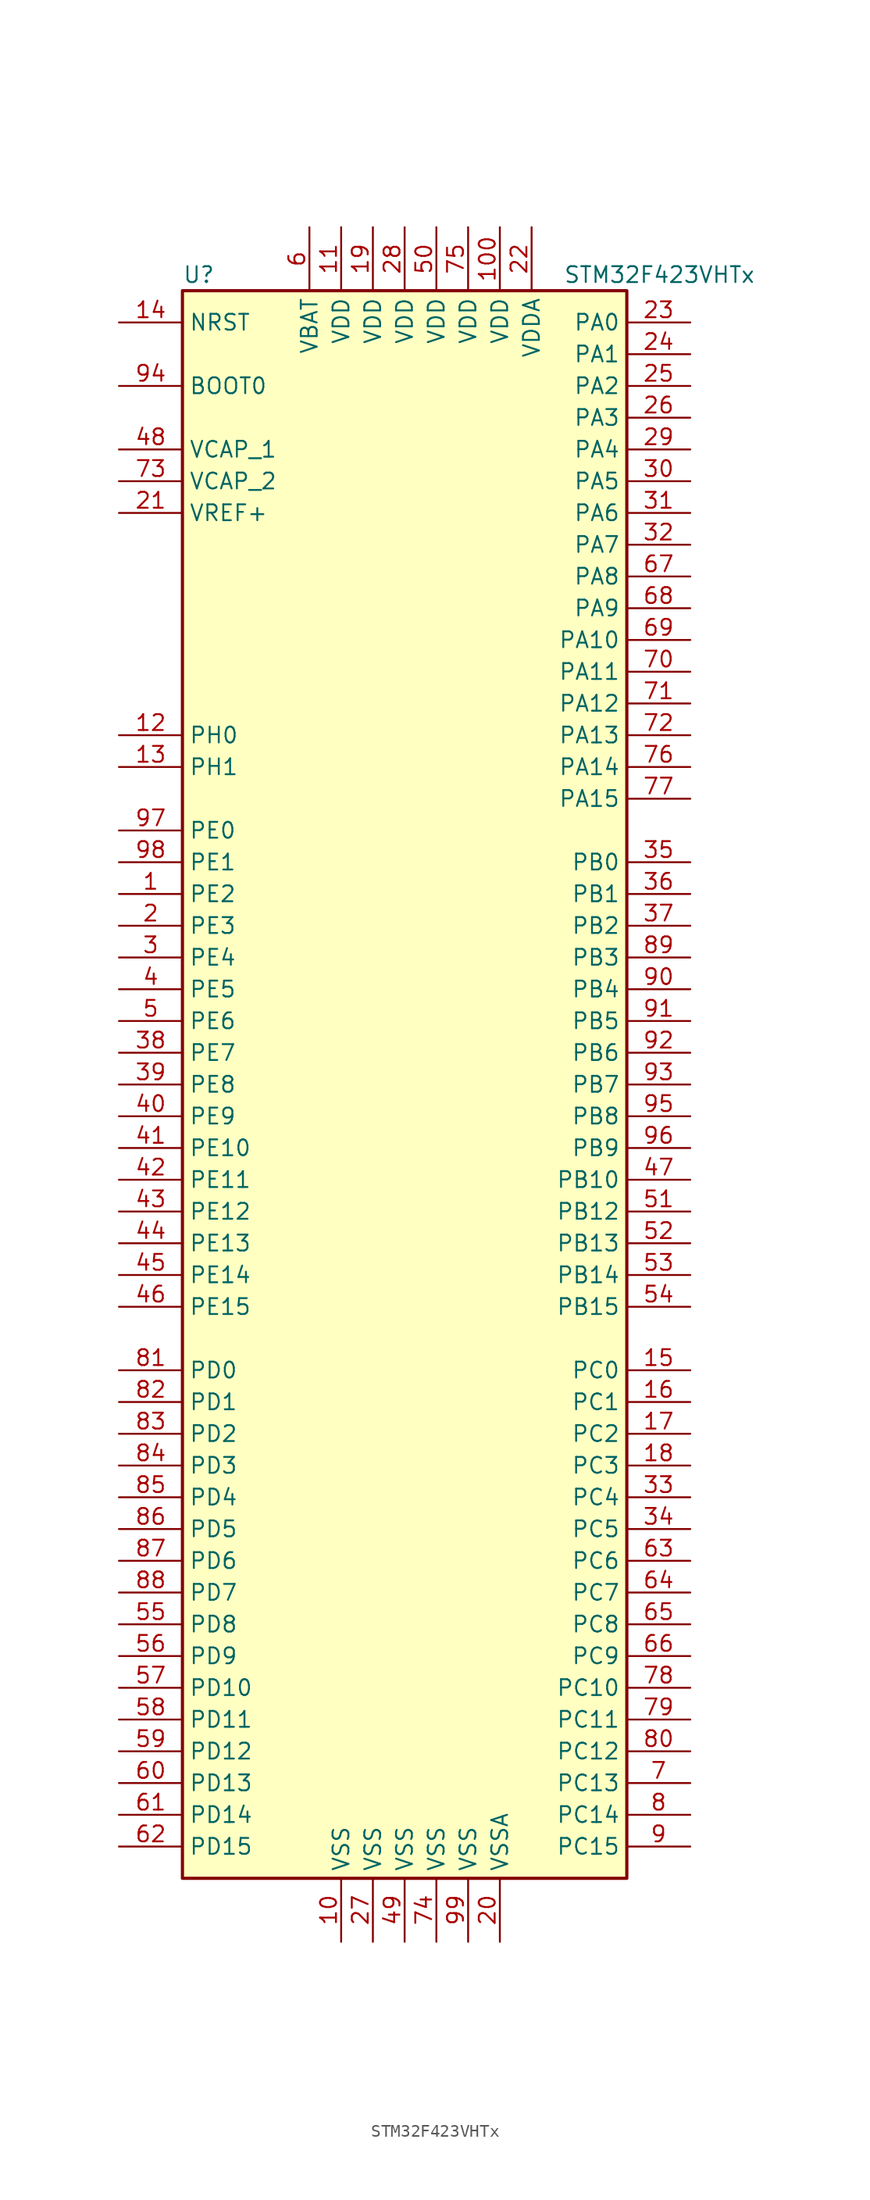
<source format=kicad_sym>
(kicad_symbol_lib
  (version 20211014)
  (generator kicad_symbol_editor)
  (symbol "STM32F423VHTx"
    (property "Reference" "U"
      (at -17.78 64.77 0)
      (effects (font (size 1.27 1.27)) (justify left)))
    (property "Value" "STM32F423VHTx"
      (at 12.7 64.77 0)
      (effects (font (size 1.27 1.27)) (justify left)))
    (symbol "STM32F423VHTx_0_1"
      (rectangle (start -17.78 -63.5) (end 17.78 63.5) (stroke (width 0.254) (type default) (color 0 0 0 0)) (fill (type background))))
    (symbol "STM32F423VHTx_1_1"
      (pin bidirectional line (at -22.86 15.24 0) (length 5.08) (name "PE2" (effects (font (size 1.27 1.27)))) (number "1" (effects (font (size 1.27 1.27)))))
      (pin power_in line (at -5.08 -68.58 90) (length 5.08) (name "VSS" (effects (font (size 1.27 1.27)))) (number "10" (effects (font (size 1.27 1.27)))))
      (pin power_in line (at 7.62 68.58 270) (length 5.08) (name "VDD" (effects (font (size 1.27 1.27)))) (number "100" (effects (font (size 1.27 1.27)))))
      (pin power_in line (at -5.08 68.58 270) (length 5.08) (name "VDD" (effects (font (size 1.27 1.27)))) (number "11" (effects (font (size 1.27 1.27)))))
      (pin input line (at -22.86 27.94 0) (length 5.08) (name "PH0" (effects (font (size 1.27 1.27)))) (number "12" (effects (font (size 1.27 1.27)))))
      (pin input line (at -22.86 25.4 0) (length 5.08) (name "PH1" (effects (font (size 1.27 1.27)))) (number "13" (effects (font (size 1.27 1.27)))))
      (pin input line (at -22.86 60.96 0) (length 5.08) (name "NRST" (effects (font (size 1.27 1.27)))) (number "14" (effects (font (size 1.27 1.27)))))
      (pin bidirectional line (at 22.86 -22.86 180) (length 5.08) (name "PC0" (effects (font (size 1.27 1.27)))) (number "15" (effects (font (size 1.27 1.27)))))
      (pin bidirectional line (at 22.86 -25.4 180) (length 5.08) (name "PC1" (effects (font (size 1.27 1.27)))) (number "16" (effects (font (size 1.27 1.27)))))
      (pin bidirectional line (at 22.86 -27.94 180) (length 5.08) (name "PC2" (effects (font (size 1.27 1.27)))) (number "17" (effects (font (size 1.27 1.27)))))
      (pin bidirectional line (at 22.86 -30.48 180) (length 5.08) (name "PC3" (effects (font (size 1.27 1.27)))) (number "18" (effects (font (size 1.27 1.27)))))
      (pin power_in line (at -2.54 68.58 270) (length 5.08) (name "VDD" (effects (font (size 1.27 1.27)))) (number "19" (effects (font (size 1.27 1.27)))))
      (pin bidirectional line (at -22.86 12.7 0) (length 5.08) (name "PE3" (effects (font (size 1.27 1.27)))) (number "2" (effects (font (size 1.27 1.27)))))
      (pin power_in line (at 7.62 -68.58 90) (length 5.08) (name "VSSA" (effects (font (size 1.27 1.27)))) (number "20" (effects (font (size 1.27 1.27)))))
      (pin power_in line (at -22.86 45.72 0) (length 5.08) (name "VREF+" (effects (font (size 1.27 1.27)))) (number "21" (effects (font (size 1.27 1.27)))))
      (pin power_in line (at 10.16 68.58 270) (length 5.08) (name "VDDA" (effects (font (size 1.27 1.27)))) (number "22" (effects (font (size 1.27 1.27)))))
      (pin bidirectional line (at 22.86 60.96 180) (length 5.08) (name "PA0" (effects (font (size 1.27 1.27)))) (number "23" (effects (font (size 1.27 1.27)))))
      (pin bidirectional line (at 22.86 58.42 180) (length 5.08) (name "PA1" (effects (font (size 1.27 1.27)))) (number "24" (effects (font (size 1.27 1.27)))))
      (pin bidirectional line (at 22.86 55.88 180) (length 5.08) (name "PA2" (effects (font (size 1.27 1.27)))) (number "25" (effects (font (size 1.27 1.27)))))
      (pin bidirectional line (at 22.86 53.34 180) (length 5.08) (name "PA3" (effects (font (size 1.27 1.27)))) (number "26" (effects (font (size 1.27 1.27)))))
      (pin power_in line (at -2.54 -68.58 90) (length 5.08) (name "VSS" (effects (font (size 1.27 1.27)))) (number "27" (effects (font (size 1.27 1.27)))))
      (pin power_in line (at 0 68.58 270) (length 5.08) (name "VDD" (effects (font (size 1.27 1.27)))) (number "28" (effects (font (size 1.27 1.27)))))
      (pin bidirectional line (at 22.86 50.8 180) (length 5.08) (name "PA4" (effects (font (size 1.27 1.27)))) (number "29" (effects (font (size 1.27 1.27)))))
      (pin bidirectional line (at -22.86 10.16 0) (length 5.08) (name "PE4" (effects (font (size 1.27 1.27)))) (number "3" (effects (font (size 1.27 1.27)))))
      (pin bidirectional line (at 22.86 48.26 180) (length 5.08) (name "PA5" (effects (font (size 1.27 1.27)))) (number "30" (effects (font (size 1.27 1.27)))))
      (pin bidirectional line (at 22.86 45.72 180) (length 5.08) (name "PA6" (effects (font (size 1.27 1.27)))) (number "31" (effects (font (size 1.27 1.27)))))
      (pin bidirectional line (at 22.86 43.18 180) (length 5.08) (name "PA7" (effects (font (size 1.27 1.27)))) (number "32" (effects (font (size 1.27 1.27)))))
      (pin bidirectional line (at 22.86 -33.02 180) (length 5.08) (name "PC4" (effects (font (size 1.27 1.27)))) (number "33" (effects (font (size 1.27 1.27)))))
      (pin bidirectional line (at 22.86 -35.56 180) (length 5.08) (name "PC5" (effects (font (size 1.27 1.27)))) (number "34" (effects (font (size 1.27 1.27)))))
      (pin bidirectional line (at 22.86 17.78 180) (length 5.08) (name "PB0" (effects (font (size 1.27 1.27)))) (number "35" (effects (font (size 1.27 1.27)))))
      (pin bidirectional line (at 22.86 15.24 180) (length 5.08) (name "PB1" (effects (font (size 1.27 1.27)))) (number "36" (effects (font (size 1.27 1.27)))))
      (pin bidirectional line (at 22.86 12.7 180) (length 5.08) (name "PB2" (effects (font (size 1.27 1.27)))) (number "37" (effects (font (size 1.27 1.27)))))
      (pin bidirectional line (at -22.86 2.54 0) (length 5.08) (name "PE7" (effects (font (size 1.27 1.27)))) (number "38" (effects (font (size 1.27 1.27)))))
      (pin bidirectional line (at -22.86 0 0) (length 5.08) (name "PE8" (effects (font (size 1.27 1.27)))) (number "39" (effects (font (size 1.27 1.27)))))
      (pin bidirectional line (at -22.86 7.62 0) (length 5.08) (name "PE5" (effects (font (size 1.27 1.27)))) (number "4" (effects (font (size 1.27 1.27)))))
      (pin bidirectional line (at -22.86 -2.54 0) (length 5.08) (name "PE9" (effects (font (size 1.27 1.27)))) (number "40" (effects (font (size 1.27 1.27)))))
      (pin bidirectional line (at -22.86 -5.08 0) (length 5.08) (name "PE10" (effects (font (size 1.27 1.27)))) (number "41" (effects (font (size 1.27 1.27)))))
      (pin bidirectional line (at -22.86 -7.62 0) (length 5.08) (name "PE11" (effects (font (size 1.27 1.27)))) (number "42" (effects (font (size 1.27 1.27)))))
      (pin bidirectional line (at -22.86 -10.16 0) (length 5.08) (name "PE12" (effects (font (size 1.27 1.27)))) (number "43" (effects (font (size 1.27 1.27)))))
      (pin bidirectional line (at -22.86 -12.7 0) (length 5.08) (name "PE13" (effects (font (size 1.27 1.27)))) (number "44" (effects (font (size 1.27 1.27)))))
      (pin bidirectional line (at -22.86 -15.24 0) (length 5.08) (name "PE14" (effects (font (size 1.27 1.27)))) (number "45" (effects (font (size 1.27 1.27)))))
      (pin bidirectional line (at -22.86 -17.78 0) (length 5.08) (name "PE15" (effects (font (size 1.27 1.27)))) (number "46" (effects (font (size 1.27 1.27)))))
      (pin bidirectional line (at 22.86 -7.62 180) (length 5.08) (name "PB10" (effects (font (size 1.27 1.27)))) (number "47" (effects (font (size 1.27 1.27)))))
      (pin power_in line (at -22.86 50.8 0) (length 5.08) (name "VCAP_1" (effects (font (size 1.27 1.27)))) (number "48" (effects (font (size 1.27 1.27)))))
      (pin power_in line (at 0 -68.58 90) (length 5.08) (name "VSS" (effects (font (size 1.27 1.27)))) (number "49" (effects (font (size 1.27 1.27)))))
      (pin bidirectional line (at -22.86 5.08 0) (length 5.08) (name "PE6" (effects (font (size 1.27 1.27)))) (number "5" (effects (font (size 1.27 1.27)))))
      (pin power_in line (at 2.54 68.58 270) (length 5.08) (name "VDD" (effects (font (size 1.27 1.27)))) (number "50" (effects (font (size 1.27 1.27)))))
      (pin bidirectional line (at 22.86 -10.16 180) (length 5.08) (name "PB12" (effects (font (size 1.27 1.27)))) (number "51" (effects (font (size 1.27 1.27)))))
      (pin bidirectional line (at 22.86 -12.7 180) (length 5.08) (name "PB13" (effects (font (size 1.27 1.27)))) (number "52" (effects (font (size 1.27 1.27)))))
      (pin bidirectional line (at 22.86 -15.24 180) (length 5.08) (name "PB14" (effects (font (size 1.27 1.27)))) (number "53" (effects (font (size 1.27 1.27)))))
      (pin bidirectional line (at 22.86 -17.78 180) (length 5.08) (name "PB15" (effects (font (size 1.27 1.27)))) (number "54" (effects (font (size 1.27 1.27)))))
      (pin bidirectional line (at -22.86 -43.18 0) (length 5.08) (name "PD8" (effects (font (size 1.27 1.27)))) (number "55" (effects (font (size 1.27 1.27)))))
      (pin bidirectional line (at -22.86 -45.72 0) (length 5.08) (name "PD9" (effects (font (size 1.27 1.27)))) (number "56" (effects (font (size 1.27 1.27)))))
      (pin bidirectional line (at -22.86 -48.26 0) (length 5.08) (name "PD10" (effects (font (size 1.27 1.27)))) (number "57" (effects (font (size 1.27 1.27)))))
      (pin bidirectional line (at -22.86 -50.8 0) (length 5.08) (name "PD11" (effects (font (size 1.27 1.27)))) (number "58" (effects (font (size 1.27 1.27)))))
      (pin bidirectional line (at -22.86 -53.34 0) (length 5.08) (name "PD12" (effects (font (size 1.27 1.27)))) (number "59" (effects (font (size 1.27 1.27)))))
      (pin power_in line (at -7.62 68.58 270) (length 5.08) (name "VBAT" (effects (font (size 1.27 1.27)))) (number "6" (effects (font (size 1.27 1.27)))))
      (pin bidirectional line (at -22.86 -55.88 0) (length 5.08) (name "PD13" (effects (font (size 1.27 1.27)))) (number "60" (effects (font (size 1.27 1.27)))))
      (pin bidirectional line (at -22.86 -58.42 0) (length 5.08) (name "PD14" (effects (font (size 1.27 1.27)))) (number "61" (effects (font (size 1.27 1.27)))))
      (pin bidirectional line (at -22.86 -60.96 0) (length 5.08) (name "PD15" (effects (font (size 1.27 1.27)))) (number "62" (effects (font (size 1.27 1.27)))))
      (pin bidirectional line (at 22.86 -38.1 180) (length 5.08) (name "PC6" (effects (font (size 1.27 1.27)))) (number "63" (effects (font (size 1.27 1.27)))))
      (pin bidirectional line (at 22.86 -40.64 180) (length 5.08) (name "PC7" (effects (font (size 1.27 1.27)))) (number "64" (effects (font (size 1.27 1.27)))))
      (pin bidirectional line (at 22.86 -43.18 180) (length 5.08) (name "PC8" (effects (font (size 1.27 1.27)))) (number "65" (effects (font (size 1.27 1.27)))))
      (pin bidirectional line (at 22.86 -45.72 180) (length 5.08) (name "PC9" (effects (font (size 1.27 1.27)))) (number "66" (effects (font (size 1.27 1.27)))))
      (pin bidirectional line (at 22.86 40.64 180) (length 5.08) (name "PA8" (effects (font (size 1.27 1.27)))) (number "67" (effects (font (size 1.27 1.27)))))
      (pin bidirectional line (at 22.86 38.1 180) (length 5.08) (name "PA9" (effects (font (size 1.27 1.27)))) (number "68" (effects (font (size 1.27 1.27)))))
      (pin bidirectional line (at 22.86 35.56 180) (length 5.08) (name "PA10" (effects (font (size 1.27 1.27)))) (number "69" (effects (font (size 1.27 1.27)))))
      (pin bidirectional line (at 22.86 -55.88 180) (length 5.08) (name "PC13" (effects (font (size 1.27 1.27)))) (number "7" (effects (font (size 1.27 1.27)))))
      (pin bidirectional line (at 22.86 33.02 180) (length 5.08) (name "PA11" (effects (font (size 1.27 1.27)))) (number "70" (effects (font (size 1.27 1.27)))))
      (pin bidirectional line (at 22.86 30.48 180) (length 5.08) (name "PA12" (effects (font (size 1.27 1.27)))) (number "71" (effects (font (size 1.27 1.27)))))
      (pin bidirectional line (at 22.86 27.94 180) (length 5.08) (name "PA13" (effects (font (size 1.27 1.27)))) (number "72" (effects (font (size 1.27 1.27)))))
      (pin power_in line (at -22.86 48.26 0) (length 5.08) (name "VCAP_2" (effects (font (size 1.27 1.27)))) (number "73" (effects (font (size 1.27 1.27)))))
      (pin power_in line (at 2.54 -68.58 90) (length 5.08) (name "VSS" (effects (font (size 1.27 1.27)))) (number "74" (effects (font (size 1.27 1.27)))))
      (pin power_in line (at 5.08 68.58 270) (length 5.08) (name "VDD" (effects (font (size 1.27 1.27)))) (number "75" (effects (font (size 1.27 1.27)))))
      (pin bidirectional line (at 22.86 25.4 180) (length 5.08) (name "PA14" (effects (font (size 1.27 1.27)))) (number "76" (effects (font (size 1.27 1.27)))))
      (pin bidirectional line (at 22.86 22.86 180) (length 5.08) (name "PA15" (effects (font (size 1.27 1.27)))) (number "77" (effects (font (size 1.27 1.27)))))
      (pin bidirectional line (at 22.86 -48.26 180) (length 5.08) (name "PC10" (effects (font (size 1.27 1.27)))) (number "78" (effects (font (size 1.27 1.27)))))
      (pin bidirectional line (at 22.86 -50.8 180) (length 5.08) (name "PC11" (effects (font (size 1.27 1.27)))) (number "79" (effects (font (size 1.27 1.27)))))
      (pin bidirectional line (at 22.86 -58.42 180) (length 5.08) (name "PC14" (effects (font (size 1.27 1.27)))) (number "8" (effects (font (size 1.27 1.27)))))
      (pin bidirectional line (at 22.86 -53.34 180) (length 5.08) (name "PC12" (effects (font (size 1.27 1.27)))) (number "80" (effects (font (size 1.27 1.27)))))
      (pin bidirectional line (at -22.86 -22.86 0) (length 5.08) (name "PD0" (effects (font (size 1.27 1.27)))) (number "81" (effects (font (size 1.27 1.27)))))
      (pin bidirectional line (at -22.86 -25.4 0) (length 5.08) (name "PD1" (effects (font (size 1.27 1.27)))) (number "82" (effects (font (size 1.27 1.27)))))
      (pin bidirectional line (at -22.86 -27.94 0) (length 5.08) (name "PD2" (effects (font (size 1.27 1.27)))) (number "83" (effects (font (size 1.27 1.27)))))
      (pin bidirectional line (at -22.86 -30.48 0) (length 5.08) (name "PD3" (effects (font (size 1.27 1.27)))) (number "84" (effects (font (size 1.27 1.27)))))
      (pin bidirectional line (at -22.86 -33.02 0) (length 5.08) (name "PD4" (effects (font (size 1.27 1.27)))) (number "85" (effects (font (size 1.27 1.27)))))
      (pin bidirectional line (at -22.86 -35.56 0) (length 5.08) (name "PD5" (effects (font (size 1.27 1.27)))) (number "86" (effects (font (size 1.27 1.27)))))
      (pin bidirectional line (at -22.86 -38.1 0) (length 5.08) (name "PD6" (effects (font (size 1.27 1.27)))) (number "87" (effects (font (size 1.27 1.27)))))
      (pin bidirectional line (at -22.86 -40.64 0) (length 5.08) (name "PD7" (effects (font (size 1.27 1.27)))) (number "88" (effects (font (size 1.27 1.27)))))
      (pin bidirectional line (at 22.86 10.16 180) (length 5.08) (name "PB3" (effects (font (size 1.27 1.27)))) (number "89" (effects (font (size 1.27 1.27)))))
      (pin bidirectional line (at 22.86 -60.96 180) (length 5.08) (name "PC15" (effects (font (size 1.27 1.27)))) (number "9" (effects (font (size 1.27 1.27)))))
      (pin bidirectional line (at 22.86 7.62 180) (length 5.08) (name "PB4" (effects (font (size 1.27 1.27)))) (number "90" (effects (font (size 1.27 1.27)))))
      (pin bidirectional line (at 22.86 5.08 180) (length 5.08) (name "PB5" (effects (font (size 1.27 1.27)))) (number "91" (effects (font (size 1.27 1.27)))))
      (pin bidirectional line (at 22.86 2.54 180) (length 5.08) (name "PB6" (effects (font (size 1.27 1.27)))) (number "92" (effects (font (size 1.27 1.27)))))
      (pin bidirectional line (at 22.86 0 180) (length 5.08) (name "PB7" (effects (font (size 1.27 1.27)))) (number "93" (effects (font (size 1.27 1.27)))))
      (pin input line (at -22.86 55.88 0) (length 5.08) (name "BOOT0" (effects (font (size 1.27 1.27)))) (number "94" (effects (font (size 1.27 1.27)))))
      (pin bidirectional line (at 22.86 -2.54 180) (length 5.08) (name "PB8" (effects (font (size 1.27 1.27)))) (number "95" (effects (font (size 1.27 1.27)))))
      (pin bidirectional line (at 22.86 -5.08 180) (length 5.08) (name "PB9" (effects (font (size 1.27 1.27)))) (number "96" (effects (font (size 1.27 1.27)))))
      (pin bidirectional line (at -22.86 20.32 0) (length 5.08) (name "PE0" (effects (font (size 1.27 1.27)))) (number "97" (effects (font (size 1.27 1.27)))))
      (pin bidirectional line (at -22.86 17.78 0) (length 5.08) (name "PE1" (effects (font (size 1.27 1.27)))) (number "98" (effects (font (size 1.27 1.27)))))
      (pin power_in line (at 5.08 -68.58 90) (length 5.08) (name "VSS" (effects (font (size 1.27 1.27)))) (number "99" (effects (font (size 1.27 1.27))))))))
</source>
